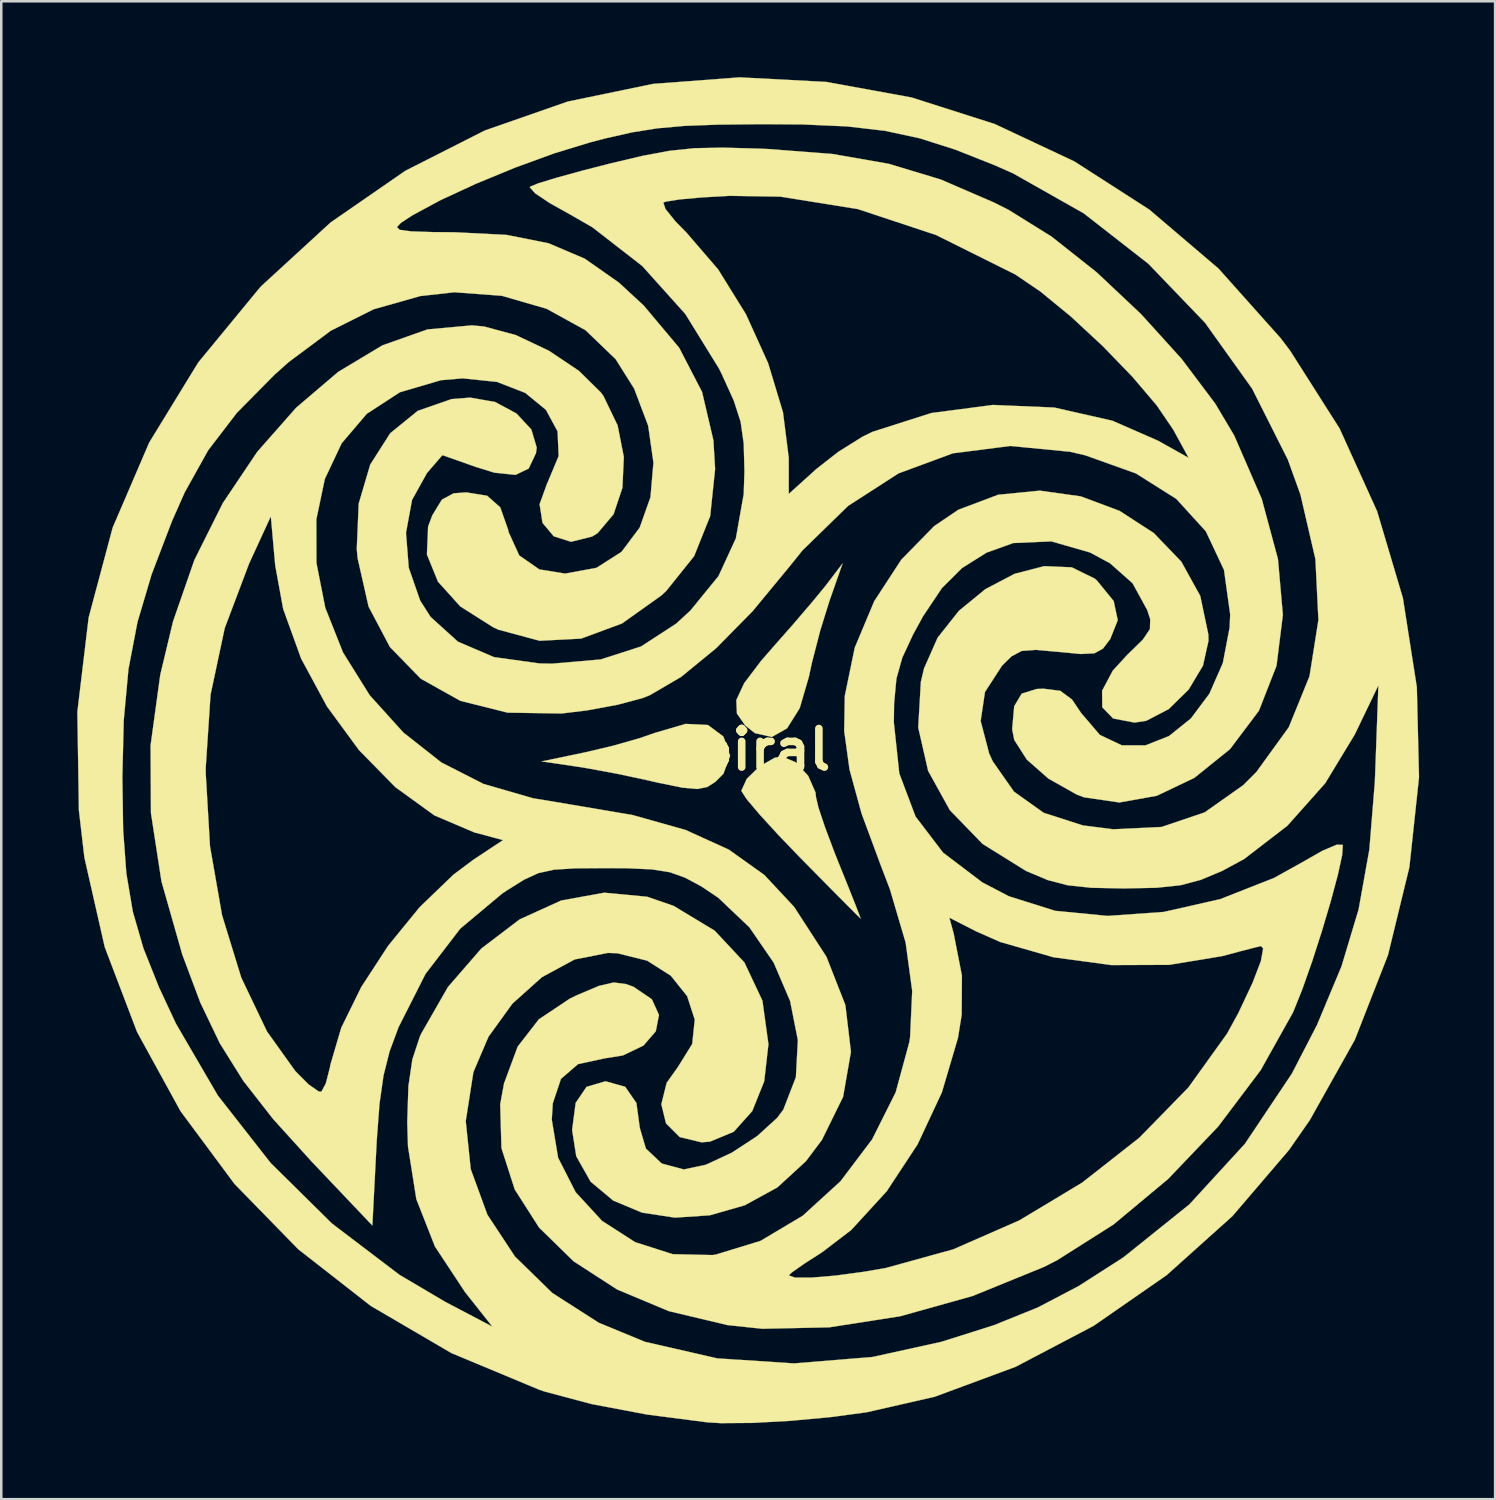
<source format=kicad_pcb>
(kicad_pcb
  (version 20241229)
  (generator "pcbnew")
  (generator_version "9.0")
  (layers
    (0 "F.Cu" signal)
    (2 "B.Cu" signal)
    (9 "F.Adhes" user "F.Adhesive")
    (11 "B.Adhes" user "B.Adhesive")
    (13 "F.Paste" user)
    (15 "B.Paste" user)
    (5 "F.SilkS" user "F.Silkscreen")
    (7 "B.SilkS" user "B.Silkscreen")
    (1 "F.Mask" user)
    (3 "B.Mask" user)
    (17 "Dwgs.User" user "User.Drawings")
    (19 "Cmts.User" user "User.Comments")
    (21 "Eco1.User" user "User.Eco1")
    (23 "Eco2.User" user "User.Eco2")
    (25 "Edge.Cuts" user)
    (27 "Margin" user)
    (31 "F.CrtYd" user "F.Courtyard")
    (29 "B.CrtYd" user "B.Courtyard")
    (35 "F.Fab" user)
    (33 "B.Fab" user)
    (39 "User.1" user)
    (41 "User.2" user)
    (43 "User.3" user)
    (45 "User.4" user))
  (footprint "spiral"
    (layer "F.Cu")
    (at 26.495 26.555)
    (property "Reference" "spiral" (at 0 0 0) (layer "F.SilkS") (effects (font (size 1.524 1.524) (thickness 0.3))))
    (attr through_hole)
    (fp_poly (pts (xy 3.214 -5.882) (xy 2.849 -4.71) (xy 2.516 -3.421) (xy 2.399 -2.874) (xy 2.038 -1.64) (xy 1.537 -0.84) (xy 0.934 -0.501) (xy 0.267 -0.652) (xy -0.115 -0.955) (xy -0.443 -1.426) (xy -0.467 -1.955) (xy -0.157 -2.622) (xy 0.516 -3.512) (xy 1.003 -4.07) (xy 1.795 -4.969) (xy 2.52 -5.817) (xy 3.05 -6.461) (xy 3.135 -6.571) (xy 3.73 -7.353) (xy 3.214 -5.882)) (stroke (width 0.01) (type solid)) (fill yes) (layer "F.SilkS"))
    (fp_poly (pts (xy -1.586 -0.972) (xy -0.986 -0.525) (xy -0.971 -0.504) (xy -0.712 0.245) (xy -0.977 0.955) (xy -1.292 1.27) (xy -1.615 1.476) (xy -2.006 1.554) (xy -2.596 1.501) (xy -3.518 1.314) (xy -4.011 1.201) (xy -5.15 0.958) (xy -6.345 0.736) (xy -6.818 0.661) (xy -8.155 0.465) (xy -6.421 0.103) (xy -5.328 -0.156) (xy -4.284 -0.453) (xy -3.675 -0.664) (xy -2.47 -1.017) (xy -1.586 -0.972)) (stroke (width 0.01) (type solid)) (fill yes) (layer "F.SilkS"))
    (fp_poly (pts (xy 1.869 0.493) (xy 2.372 1.034) (xy 2.66 1.689) (xy 2.678 1.864) (xy 2.776 2.285) (xy 3.035 3.06) (xy 3.406 4.049) (xy 3.577 4.478) (xy 3.97 5.452) (xy 4.267 6.203) (xy 4.427 6.621) (xy 4.442 6.671) (xy 4.254 6.487) (xy 3.764 5.995) (xy 3.043 5.267) (xy 2.164 4.376) (xy 2.072 4.283) (xy 1.179 3.354) (xy 0.443 2.548) (xy -0.063 1.947) (xy -0.266 1.632) (xy -0.267 1.622) (xy -0.053 1.151) (xy 0.453 0.66) (xy 1.044 0.323) (xy 1.322 0.267) (xy 1.869 0.493)) (stroke (width 0.01) (type solid)) (fill yes) (layer "F.SilkS"))
    (fp_poly (pts (xy -10.43 -16.711) (xy -9.18 -16.374) (xy -7.868 -15.754) (xy -6.683 -14.96) (xy -5.812 -14.102) (xy -5.713 -13.964) (xy -5.154 -12.804) (xy -4.908 -11.554) (xy -4.965 -10.341) (xy -5.314 -9.296) (xy -5.945 -8.549) (xy -6.162 -8.416) (xy -6.994 -8.209) (xy -7.677 -8.426) (xy -8.12 -8.956) (xy -8.235 -9.693) (xy -7.933 -10.528) (xy -7.917 -10.554) (xy -7.483 -11.594) (xy -7.525 -12.568) (xy -7.983 -13.418) (xy -8.8 -14.088) (xy -9.916 -14.522) (xy -11.272 -14.663) (xy -12.132 -14.59) (xy -13.752 -14.115) (xy -15.06 -13.264) (xy -16.051 -12.101) (xy -16.717 -10.69) (xy -17.052 -9.094) (xy -17.049 -7.377) (xy -16.7 -5.604) (xy -16 -3.839) (xy -14.942 -2.144) (xy -13.618 -0.678) (xy -12.116 0.506) (xy -10.453 1.353) (xy -8.501 1.919) (xy -7.085 2.155) (xy -4.554 2.585) (xy -2.471 3.172) (xy -0.764 3.948) (xy 0.639 4.948) (xy 1.809 6.202) (xy 1.82 6.216) (xy 3.094 8.182) (xy 3.841 10.09) (xy 4.06 11.934) (xy 3.751 13.711) (xy 2.914 15.413) (xy 2.28 16.256) (xy 1.157 17.287) (xy -0.135 17.995) (xy -1.511 18.389) (xy -2.891 18.482) (xy -4.191 18.284) (xy -5.329 17.807) (xy -6.222 17.06) (xy -6.788 16.056) (xy -6.951 15.022) (xy -6.811 13.951) (xy -6.381 13.317) (xy -5.646 13.101) (xy -5.615 13.101) (xy -4.856 13.314) (xy -4.412 13.954) (xy -4.278 14.94) (xy -4.038 15.754) (xy -3.414 16.344) (xy -2.55 16.577) (xy -2.533 16.577) (xy -1.671 16.394) (xy -0.646 15.918) (xy 0.356 15.263) (xy 1.148 14.541) (xy 1.39 14.219) (xy 1.887 12.933) (xy 1.964 11.469) (xy 1.659 9.928) (xy 1.009 8.41) (xy 0.05 7.016) (xy -1.181 5.847) (xy -1.847 5.401) (xy -2.486 5.057) (xy -3.084 4.843) (xy -3.797 4.729) (xy -4.785 4.684) (xy -5.638 4.679) (xy -6.84 4.688) (xy -7.668 4.74) (xy -8.284 4.876) (xy -8.848 5.135) (xy -9.523 5.557) (xy -9.714 5.684) (xy -11.37 7.07) (xy -12.739 8.854) (xy -13.806 10.962) (xy -14.159 11.915) (xy -14.399 12.866) (xy -14.558 13.985) (xy -14.667 15.438) (xy -14.683 15.747) (xy -14.839 18.793) (xy -17.245 16.259) (xy -18.76 14.586) (xy -19.936 13.081) (xy -20.862 11.6) (xy -21.632 9.994) (xy -22.336 8.118) (xy -22.35 8.076) (xy -23.169 5.2) (xy -23.584 2.501) (xy -23.592 0.925) (xy -21.421 0.925) (xy -21.252 3.818) (xy -20.776 6.538) (xy -20.018 9.003) (xy -19.001 11.131) (xy -17.885 12.692) (xy -17.359 13.221) (xy -16.962 13.499) (xy -16.853 13.508) (xy -16.678 13.183) (xy -16.515 12.551) (xy -16.496 12.439) (xy -16.068 10.984) (xy -15.278 9.376) (xy -14.216 7.746) (xy -12.975 6.225) (xy -11.644 4.942) (xy -10.858 4.353) (xy -9.679 3.572) (xy -10.812 3.269) (xy -12.39 2.597) (xy -13.931 1.482) (xy -15.368 0.018) (xy -16.631 -1.705) (xy -17.652 -3.594) (xy -18.362 -5.558) (xy -18.676 -7.275) (xy -18.849 -9.215) (xy -19.708 -7.348) (xy -20.67 -4.802) (xy -21.23 -2.171) (xy -21.42 0.706) (xy -21.421 0.925) (xy -23.592 0.925) (xy -23.598 -0.168) (xy -23.216 -2.954) (xy -22.711 -5.063) (xy -21.867 -7.492) (xy -20.743 -9.74) (xy -19.387 -11.759) (xy -17.852 -13.501) (xy -16.186 -14.92) (xy -14.441 -15.967) (xy -12.666 -16.595) (xy -10.912 -16.756) (xy -10.43 -16.711)) (stroke (width 0.01) (type solid)) (fill yes) (layer "F.SilkS"))
    (fp_poly (pts (xy 13.142 -10.001) (xy 14.67 -9.429) (xy 16.02 -8.554) (xy 17.109 -7.421) (xy 17.855 -6.072) (xy 18.175 -4.55) (xy 18.181 -4.3) (xy 17.964 -3.32) (xy 17.398 -2.374) (xy 16.608 -1.6) (xy 15.721 -1.139) (xy 15.257 -1.069) (xy 14.415 -1.231) (xy 13.986 -1.672) (xy 13.979 -2.324) (xy 14.401 -3.12) (xy 14.979 -3.749) (xy 15.592 -4.348) (xy 15.868 -4.762) (xy 15.879 -5.155) (xy 15.763 -5.512) (xy 15.182 -6.572) (xy 14.29 -7.362) (xy 13.502 -7.786) (xy 11.976 -8.225) (xy 10.471 -8.159) (xy 9.414 -7.78) (xy 8.449 -7.173) (xy 7.654 -6.382) (xy 6.91 -5.272) (xy 6.513 -4.545) (xy 6.089 -3.634) (xy 5.857 -2.809) (xy 5.765 -1.832) (xy 5.755 -1.069) (xy 5.97 0.939) (xy 6.611 2.641) (xy 7.698 4.067) (xy 9.25 5.244) (xy 10.294 5.789) (xy 12.123 6.365) (xy 14.203 6.567) (xy 16.416 6.409) (xy 18.644 5.904) (xy 20.769 5.067) (xy 21.924 4.425) (xy 22.683 3.992) (xy 23.246 3.754) (xy 23.485 3.761) (xy 23.46 4.16) (xy 23.29 4.941) (xy 23.011 5.982) (xy 22.661 7.163) (xy 22.274 8.363) (xy 21.888 9.459) (xy 21.538 10.33) (xy 21.509 10.394) (xy 20.241 12.659) (xy 18.563 14.884) (xy 16.588 16.954) (xy 14.428 18.754) (xy 12.199 20.166) (xy 11.665 20.436) (xy 8.866 21.576) (xy 6.008 22.376) (xy 3.203 22.814) (xy 0.562 22.871) (xy -0.815 22.726) (xy -3.134 22.174) (xy -5.173 21.32) (xy -6.036 20.761) (xy 1.604 20.761) (xy 1.848 20.851) (xy 2.501 20.851) (xy 3.448 20.771) (xy 4.573 20.62) (xy 5.446 20.469) (xy 8.101 19.735) (xy 10.713 18.59) (xy 13.191 17.1) (xy 15.445 15.331) (xy 17.382 13.349) (xy 18.913 11.218) (xy 19.363 10.397) (xy 19.919 9.214) (xy 20.251 8.349) (xy 20.34 7.854) (xy 20.253 7.757) (xy 19.981 7.822) (xy 19.346 7.987) (xy 18.716 8.155) (xy 16.627 8.499) (xy 14.346 8.508) (xy 12.058 8.199) (xy 9.951 7.594) (xy 9.002 7.174) (xy 7.946 6.635) (xy 8.117 7.261) (xy 8.443 8.924) (xy 8.434 10.468) (xy 8.286 11.389) (xy 7.652 13.535) (xy 6.69 15.592) (xy 5.472 17.442) (xy 4.073 18.969) (xy 2.912 19.855) (xy 2.207 20.307) (xy 1.733 20.641) (xy 1.604 20.761) (xy -6.036 20.761) (xy -6.893 20.206) (xy -8.254 18.876) (xy -9.216 17.371) (xy -9.742 15.734) (xy -9.791 14.007) (xy -9.64 13.183) (xy -9.101 11.729) (xy -8.266 10.651) (xy -7.034 9.829) (xy -6.761 9.698) (xy -5.895 9.332) (xy -5.31 9.195) (xy -4.818 9.259) (xy -4.527 9.365) (xy -3.801 9.859) (xy -3.521 10.478) (xy -3.645 11.12) (xy -4.134 11.687) (xy -4.947 12.077) (xy -5.664 12.191) (xy -6.718 12.42) (xy -7.391 13) (xy -7.714 13.966) (xy -7.754 14.612) (xy -7.504 16.118) (xy -6.813 17.475) (xy -5.77 18.61) (xy -4.462 19.451) (xy -2.979 19.925) (xy -1.409 19.96) (xy -1.274 19.94) (xy 0.49 19.4) (xy 2.155 18.409) (xy 3.648 17.046) (xy 4.896 15.394) (xy 5.827 13.536) (xy 6.367 11.551) (xy 6.397 11.352) (xy 6.48 9.527) (xy 6.221 7.62) (xy 5.6 5.514) (xy 5.243 4.581) (xy 4.48 2.522) (xy 4.005 0.787) (xy 3.794 -0.739) (xy 3.818 -2.121) (xy 4.211 -4.027) (xy 4.981 -5.863) (xy 6.052 -7.505) (xy 7.348 -8.828) (xy 8.305 -9.475) (xy 9.877 -10.067) (xy 11.517 -10.228) (xy 13.142 -10.001)) (stroke (width 0.01) (type solid)) (fill yes) (layer "F.SilkS"))
    (fp_poly (pts (xy 0.387 -23.737) (xy 0.788 -23.72) (xy 3.336 -23.523) (xy 5.548 -23.137) (xy 7.607 -22.516) (xy 9.691 -21.615) (xy 10.286 -21.316) (xy 11.979 -20.264) (xy 13.764 -18.852) (xy 15.518 -17.199) (xy 17.121 -15.429) (xy 18.449 -13.663) (xy 19.198 -12.402) (xy 20.284 -9.901) (xy 20.924 -7.53) (xy 21.118 -5.324) (xy 20.868 -3.315) (xy 20.173 -1.538) (xy 19.035 -0.026) (xy 19.02 -0.012) (xy 17.624 1.113) (xy 16.142 1.821) (xy 14.661 2.086) (xy 13.267 1.883) (xy 12.967 1.768) (xy 11.861 1.145) (xy 11.008 0.395) (xy 10.512 -0.381) (xy 10.427 -0.804) (xy 10.508 -1.715) (xy 10.805 -2.212) (xy 11.396 -2.396) (xy 11.668 -2.406) (xy 12.328 -2.323) (xy 12.79 -1.981) (xy 13.149 -1.449) (xy 13.89 -0.582) (xy 14.759 -0.17) (xy 15.691 -0.169) (xy 16.622 -0.537) (xy 17.485 -1.231) (xy 18.215 -2.206) (xy 18.748 -3.421) (xy 19.017 -4.831) (xy 19.037 -5.347) (xy 18.793 -7.098) (xy 18.076 -8.623) (xy 16.91 -9.902) (xy 15.315 -10.909) (xy 13.315 -11.624) (xy 12.706 -11.765) (xy 10.353 -11.993) (xy 8.086 -11.703) (xy 5.939 -10.91) (xy 3.947 -9.626) (xy 2.145 -7.868) (xy 1.623 -7.219) (xy 0.181 -5.473) (xy -1.264 -4.005) (xy -2.642 -2.876) (xy -3.882 -2.15) (xy -4.192 -2.029) (xy -5.159 -1.772) (xy -6.37 -1.549) (xy -7.365 -1.428) (xy -9.501 -1.461) (xy -11.365 -1.928) (xy -12.925 -2.8) (xy -14.144 -4.05) (xy -14.989 -5.649) (xy -15.424 -7.57) (xy -15.455 -7.928) (xy -15.379 -9.715) (xy -14.924 -11.257) (xy -14.133 -12.498) (xy -13.048 -13.379) (xy -11.712 -13.844) (xy -10.98 -13.903) (xy -9.994 -13.73) (xy -9.149 -13.276) (xy -8.561 -12.643) (xy -8.349 -11.93) (xy -8.379 -11.706) (xy -8.667 -11.101) (xy -9.187 -10.851) (xy -10.017 -10.938) (xy -10.742 -11.161) (xy -12.074 -11.631) (xy -12.682 -10.926) (xy -13.272 -9.864) (xy -13.512 -8.562) (xy -13.403 -7.183) (xy -12.952 -5.886) (xy -12.54 -5.241) (xy -11.46 -4.263) (xy -10.037 -3.654) (xy -8.24 -3.404) (xy -7.739 -3.396) (xy -5.822 -3.562) (xy -4.229 -4.074) (xy -2.839 -4.978) (xy -2.282 -5.49) (xy -1.17 -6.853) (xy -0.484 -8.344) (xy -0.174 -10.091) (xy -0.145 -10.99) (xy -0.174 -12.091) (xy -0.296 -12.949) (xy -0.566 -13.785) (xy -1.038 -14.823) (xy -1.149 -15.05) (xy -2.481 -17.206) (xy -4.182 -19.101) (xy -6.147 -20.627) (xy -7.012 -21.125) (xy -7.839 -21.587) (xy -7.865 -21.605) (xy -3.35 -21.605) (xy -3.263 -21.35) (xy -2.869 -20.86) (xy -2.431 -20.413) (xy -1.184 -18.965) (xy -0.087 -17.196) (xy 0.79 -15.263) (xy 1.377 -13.321) (xy 1.604 -11.527) (xy 1.604 -11.438) (xy 1.604 -10.098) (xy 2.695 -11.083) (xy 3.564 -11.763) (xy 4.514 -12.356) (xy 4.909 -12.55) (xy 7.235 -13.294) (xy 9.668 -13.613) (xy 12.09 -13.51) (xy 14.387 -12.989) (xy 16.181 -12.204) (xy 17.398 -11.524) (xy 16.787 -12.641) (xy 16.138 -13.595) (xy 15.169 -14.734) (xy 14 -15.942) (xy 12.751 -17.101) (xy 11.542 -18.093) (xy 10.548 -18.768) (xy 7.422 -20.324) (xy 4.332 -21.348) (xy 1.275 -21.839) (xy -0.725 -21.871) (xy -1.822 -21.809) (xy -2.705 -21.729) (xy -3.247 -21.644) (xy -3.35 -21.605) (xy -7.865 -21.605) (xy -8.41 -21.971) (xy -8.622 -22.207) (xy -8.612 -22.231) (xy -8.29 -22.364) (xy -7.56 -22.587) (xy -6.537 -22.869) (xy -5.495 -23.136) (xy -4.171 -23.45) (xy -3.109 -23.649) (xy -2.119 -23.752) (xy -1.017 -23.775) (xy 0.387 -23.737)) (stroke (width 0.01) (type solid)) (fill yes) (layer "F.SilkS"))
    (fp_poly (pts (xy 3.082 -26.37) (xy 6.456 -25.755) (xy 9.739 -24.707) (xy 12.884 -23.23) (xy 15.844 -21.327) (xy 18.573 -19.001) (xy 21.026 -16.254) (xy 21.406 -15.753) (xy 23.356 -12.686) (xy 24.84 -9.413) (xy 25.858 -5.988) (xy 26.409 -2.468) (xy 26.495 1.092) (xy 26.115 4.638) (xy 25.269 8.114) (xy 23.957 11.465) (xy 22.179 14.635) (xy 21.358 15.813) (xy 19.126 18.422) (xy 16.527 20.754) (xy 13.645 22.754) (xy 10.565 24.372) (xy 7.373 25.554) (xy 4.679 26.169) (xy 3.226 26.363) (xy 1.661 26.507) (xy 0.164 26.589) (xy -1.085 26.598) (xy -1.604 26.567) (xy -3.989 26.259) (xy -6.183 25.844) (xy -8.026 25.353) (xy -8.241 25.281) (xy -11.716 23.832) (xy -14.902 21.968) (xy -17.767 19.73) (xy -20.281 17.154) (xy -22.413 14.281) (xy -24.133 11.148) (xy -25.409 7.795) (xy -26.212 4.259) (xy -26.429 2.398) (xy -26.45 1.069) (xy -24.713 1.069) (xy -24.682 3.168) (xy -24.555 4.892) (xy -24.3 6.4) (xy -23.881 7.847) (xy -23.264 9.392) (xy -22.593 10.828) (xy -20.94 13.663) (xy -18.856 16.325) (xy -16.433 18.717) (xy -13.766 20.743) (xy -11.957 21.811) (xy -10.099 22.787) (xy -11.18 21.421) (xy -12.368 19.622) (xy -13.103 17.751) (xy -13.433 15.667) (xy -13.462 14.705) (xy -13.416 13.295) (xy -13.26 12.233) (xy -12.965 11.34) (xy -12.917 11.229) (xy -11.854 9.373) (xy -10.534 7.853) (xy -9.023 6.704) (xy -7.384 5.959) (xy -5.684 5.65) (xy -3.987 5.81) (xy -2.941 6.171) (xy -1.321 7.149) (xy -0.147 8.404) (xy 0.565 9.915) (xy 0.802 11.633) (xy 0.635 13.099) (xy 0.163 14.274) (xy -0.567 15.09) (xy -1.51 15.482) (xy -1.843 15.507) (xy -2.703 15.3) (xy -3.243 14.759) (xy -3.427 14.006) (xy -3.218 13.16) (xy -2.766 12.524) (xy -2.208 11.623) (xy -2.107 10.663) (xy -2.408 9.734) (xy -3.054 8.927) (xy -3.99 8.333) (xy -5.159 8.042) (xy -5.539 8.027) (xy -6.852 8.286) (xy -8.143 8.985) (xy -9.311 10.032) (xy -10.254 11.338) (xy -10.85 12.734) (xy -11.152 14.671) (xy -10.955 16.568) (xy -10.296 18.369) (xy -9.209 20.018) (xy -7.732 21.459) (xy -5.898 22.634) (xy -4.074 23.387) (xy -1.222 24.04) (xy 1.81 24.239) (xy 4.921 23.984) (xy 7.638 23.385) (xy 9.704 22.731) (xy 11.44 22.03) (xy 13.047 21.188) (xy 14.728 20.111) (xy 14.85 20.028) (xy 17.428 17.958) (xy 19.621 15.565) (xy 21.473 12.797) (xy 22.466 10.875) (xy 23.435 8.557) (xy 24.11 6.309) (xy 24.534 3.946) (xy 24.75 1.281) (xy 24.764 0.936) (xy 24.891 -2.54) (xy 23.958 -0.6) (xy 22.79 1.327) (xy 21.296 3.005) (xy 19.587 4.32) (xy 18.72 4.789) (xy 17.875 5.143) (xy 17.076 5.354) (xy 16.13 5.455) (xy 14.845 5.481) (xy 14.839 5.481) (xy 13.559 5.456) (xy 12.62 5.357) (xy 11.831 5.15) (xy 10.999 4.8) (xy 10.962 4.782) (xy 9.261 3.724) (xy 7.967 2.39) (xy 7.109 0.838) (xy 6.718 -0.872) (xy 6.822 -2.681) (xy 6.948 -3.208) (xy 7.485 -4.423) (xy 8.325 -5.483) (xy 9.37 -6.339) (xy 10.525 -6.944) (xy 11.694 -7.247) (xy 12.781 -7.2) (xy 13.689 -6.755) (xy 13.776 -6.678) (xy 14.436 -5.869) (xy 14.597 -5.113) (xy 14.3 -4.367) (xy 14.01 -3.987) (xy 13.676 -3.804) (xy 13.134 -3.777) (xy 12.272 -3.859) (xy 11.366 -3.94) (xy 10.805 -3.898) (xy 10.404 -3.687) (xy 10.032 -3.323) (xy 9.353 -2.277) (xy 9.183 -1.131) (xy 9.519 0.154) (xy 9.663 0.466) (xy 10.5 1.66) (xy 11.671 2.494) (xy 13.217 2.992) (xy 14.414 3.145) (xy 16.33 3.053) (xy 18.031 2.477) (xy 19.554 1.402) (xy 20.07 0.886) (xy 21.352 -0.886) (xy 22.171 -2.899) (xy 22.522 -5.122) (xy 22.404 -7.523) (xy 21.813 -10.072) (xy 21.314 -11.456) (xy 19.903 -14.259) (xy 18.044 -16.86) (xy 15.805 -19.19) (xy 13.256 -21.179) (xy 10.467 -22.757) (xy 9.758 -23.072) (xy 8.184 -23.695) (xy 6.783 -24.142) (xy 5.406 -24.439) (xy 3.905 -24.613) (xy 2.132 -24.691) (xy 0.535 -24.701) (xy -1.18 -24.683) (xy -2.507 -24.634) (xy -3.593 -24.537) (xy -4.586 -24.378) (xy -5.632 -24.141) (xy -6.249 -23.98) (xy -7.659 -23.549) (xy -9.207 -22.984) (xy -10.751 -22.348) (xy -12.149 -21.701) (xy -13.258 -21.103) (xy -13.716 -20.801) (xy -13.872 -20.636) (xy -13.76 -20.529) (xy -13.309 -20.468) (xy -12.445 -20.439) (xy -11.577 -20.432) (xy -9.547 -20.329) (xy -7.885 -19.999) (xy -6.449 -19.388) (xy -5.101 -18.442) (xy -4.121 -17.536) (xy -2.723 -15.87) (xy -1.819 -14.126) (xy -1.371 -12.215) (xy -1.304 -11.082) (xy -1.498 -9.226) (xy -2.131 -7.644) (xy -3.232 -6.27) (xy -3.427 -6.089) (xy -4.978 -4.984) (xy -6.595 -4.385) (xy -8.236 -4.3) (xy -9.858 -4.736) (xy -10.069 -4.833) (xy -11.366 -5.655) (xy -12.249 -6.634) (xy -12.685 -7.707) (xy -12.639 -8.809) (xy -12.473 -9.252) (xy -12.095 -9.872) (xy -11.63 -10.123) (xy -11.133 -10.16) (xy -10.308 -10.028) (xy -9.79 -9.569) (xy -9.479 -8.688) (xy -9.458 -8.588) (xy -9.039 -7.669) (xy -8.243 -7.116) (xy -7.226 -6.953) (xy -5.987 -7.181) (xy -4.999 -7.812) (xy -4.283 -8.767) (xy -3.857 -9.968) (xy -3.739 -11.335) (xy -3.947 -12.791) (xy -4.5 -14.257) (xy -5.231 -15.42) (xy -6.421 -16.564) (xy -7.96 -17.412) (xy -9.728 -17.924) (xy -11.606 -18.063) (xy -12.947 -17.913) (xy -14.795 -17.389) (xy -16.481 -16.545) (xy -18.15 -15.302) (xy -18.712 -14.799) (xy -20.192 -13.301) (xy -21.326 -11.82) (xy -22.254 -10.154) (xy -22.755 -9.022) (xy -23.556 -6.925) (xy -24.116 -5.04) (xy -24.472 -3.181) (xy -24.658 -1.159) (xy -24.713 1.069) (xy -26.45 1.069) (xy -26.49 -1.487) (xy -26.044 -5.214) (xy -25.096 -8.766) (xy -23.651 -12.13) (xy -21.714 -15.292) (xy -19.291 -18.235) (xy -19.203 -18.328) (xy -16.488 -20.82) (xy -13.538 -22.86) (xy -10.402 -24.45) (xy -7.126 -25.593) (xy -3.755 -26.292) (xy -0.337 -26.55) (xy 3.082 -26.37)) (stroke (width 0.01) (type solid)) (fill yes) (layer "F.SilkS")))
  (gr_rect
    (start -3 -3)
    (end 55.995 56.158)
    (stroke (width 0.1) (type default))
    (fill no)
    (layer "Edge.Cuts")))
</source>
